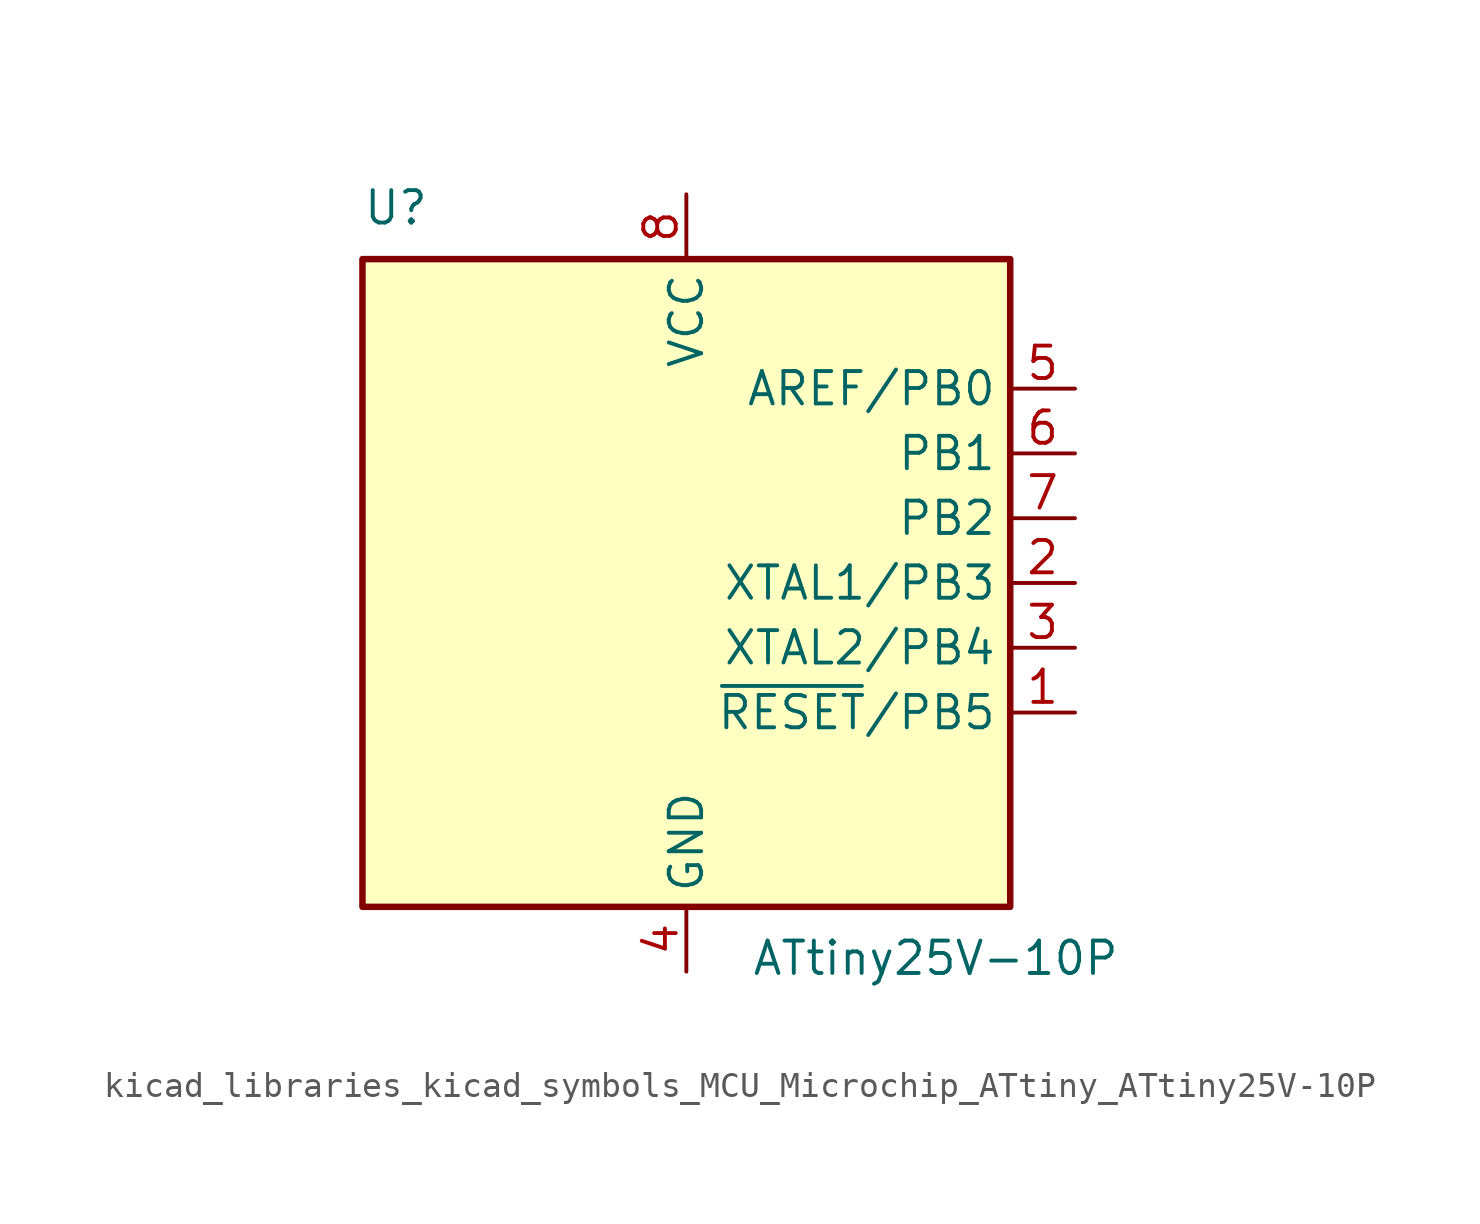
<source format=kicad_sym>
(kicad_symbol_lib
  (version 20220914)
  (generator kicad_symbol_editor)
  (symbol "kicad_libraries_kicad_symbols_MCU_Microchip_ATtiny_ATtiny25V-10P"
    (property "Reference" "U"
      (at -12.7 13.97 0)
      (effects (font (size 1.27 1.27)) (justify left bottom)))
    (property "Value" "ATtiny25V-10P"
      (at 2.54 -13.97 0)
      (effects (font (size 1.27 1.27)) (justify left top)))
    (symbol "kicad_libraries_kicad_symbols_MCU_Microchip_ATtiny_ATtiny25V-10P_0_1"
      (rectangle (start -12.7 -12.7) (end 12.7 12.7) (stroke (width 0.254) (type default)) (fill (type background))))
    (symbol "kicad_libraries_kicad_symbols_MCU_Microchip_ATtiny_ATtiny25V-10P_1_1"
      (pin bidirectional line (at 15.24 -5.08 180) (length 2.54) (name "~{RESET}/PB5" (effects (font (size 1.27 1.27)))) (number "1" (effects (font (size 1.27 1.27)))))
      (pin bidirectional line (at 15.24 0 180) (length 2.54) (name "XTAL1/PB3" (effects (font (size 1.27 1.27)))) (number "2" (effects (font (size 1.27 1.27)))))
      (pin bidirectional line (at 15.24 -2.54 180) (length 2.54) (name "XTAL2/PB4" (effects (font (size 1.27 1.27)))) (number "3" (effects (font (size 1.27 1.27)))))
      (pin power_in line (at 0 -15.24 90) (length 2.54) (name "GND" (effects (font (size 1.27 1.27)))) (number "4" (effects (font (size 1.27 1.27)))))
      (pin bidirectional line (at 15.24 7.62 180) (length 2.54) (name "AREF/PB0" (effects (font (size 1.27 1.27)))) (number "5" (effects (font (size 1.27 1.27)))))
      (pin bidirectional line (at 15.24 5.08 180) (length 2.54) (name "PB1" (effects (font (size 1.27 1.27)))) (number "6" (effects (font (size 1.27 1.27)))))
      (pin bidirectional line (at 15.24 2.54 180) (length 2.54) (name "PB2" (effects (font (size 1.27 1.27)))) (number "7" (effects (font (size 1.27 1.27)))))
      (pin power_in line (at 0 15.24 270) (length 2.54) (name "VCC" (effects (font (size 1.27 1.27)))) (number "8" (effects (font (size 1.27 1.27))))))))
</source>
